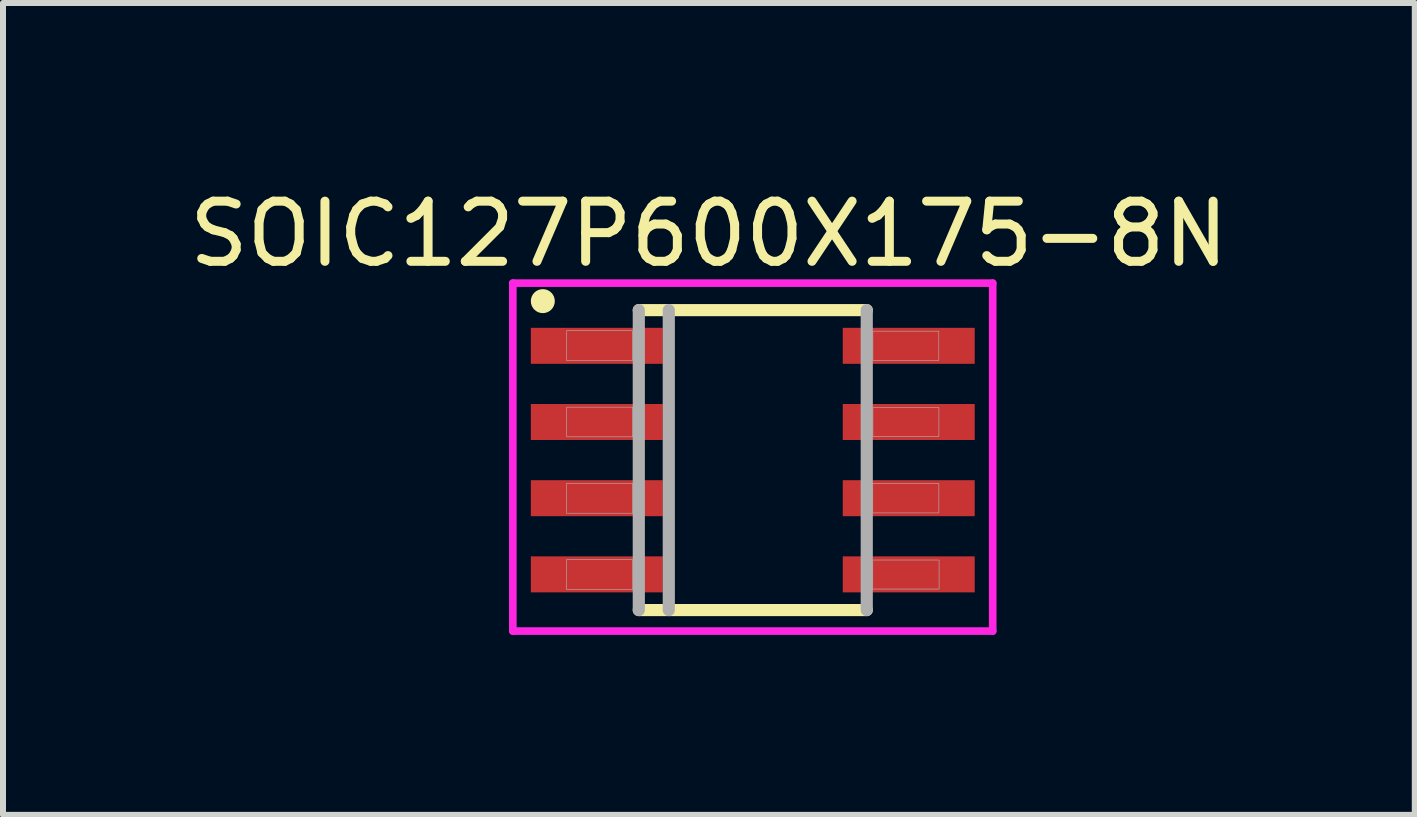
<source format=kicad_pcb>
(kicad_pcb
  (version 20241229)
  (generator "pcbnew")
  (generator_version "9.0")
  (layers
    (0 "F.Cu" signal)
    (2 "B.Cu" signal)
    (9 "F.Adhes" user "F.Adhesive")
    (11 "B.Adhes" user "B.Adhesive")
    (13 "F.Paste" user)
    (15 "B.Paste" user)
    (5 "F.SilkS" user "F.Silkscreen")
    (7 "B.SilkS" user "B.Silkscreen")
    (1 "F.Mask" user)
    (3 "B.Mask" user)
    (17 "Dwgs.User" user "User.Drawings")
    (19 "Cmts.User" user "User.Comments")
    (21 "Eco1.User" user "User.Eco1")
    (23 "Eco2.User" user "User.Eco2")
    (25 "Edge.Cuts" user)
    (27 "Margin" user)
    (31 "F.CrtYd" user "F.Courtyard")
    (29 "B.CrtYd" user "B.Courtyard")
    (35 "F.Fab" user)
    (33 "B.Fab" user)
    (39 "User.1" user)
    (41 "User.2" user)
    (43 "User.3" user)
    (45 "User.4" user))
  (footprint "SOIC127P600X175-8N"
    (layer "F.Cu")
    (at 9.499 4.62)
    (property "Reference" "SOIC127P600X175-8N" (at -0.732 -3.77 0) (layer "F.SilkS") (effects (font (size 1.003 1.003) (thickness 0.15))))
    (attr smd)
    (fp_line (start -1.9 -2.5) (end 1.9 -2.5) (stroke (width 0.203) (type solid)) (layer "F.SilkS"))
    (fp_line (start 1.9 2.5) (end -1.9 2.5) (stroke (width 0.203) (type solid)) (layer "F.SilkS"))
    (fp_circle (center -3.5 -2.65) (end -3.3 -2.65) (stroke (width 0) (type solid)) (fill yes) (layer "F.SilkS"))
    (fp_line (start -4 -2.95) (end 4 -2.95) (stroke (width 0.127) (type solid)) (layer "F.CrtYd"))
    (fp_line (start -4 2.85) (end -4 -2.95) (stroke (width 0.127) (type solid)) (layer "F.CrtYd"))
    (fp_line (start 4 -2.95) (end 4 2.85) (stroke (width 0.127) (type solid)) (layer "F.CrtYd"))
    (fp_line (start 4 2.85) (end -4 2.85) (stroke (width 0.127) (type solid)) (layer "F.CrtYd"))
    (fp_line (start -1.9 2.5) (end -1.9 -2.5) (stroke (width 0.203) (type solid)) (layer "F.Fab"))
    (fp_line (start -1.4 2.5) (end -1.4 -2.5) (stroke (width 0.203) (type solid)) (layer "F.Fab"))
    (fp_line (start 1.9 -2.5) (end 1.9 2.5) (stroke (width 0.203) (type solid)) (layer "F.Fab"))
    (fp_poly (pts (xy -2.007 -2.157) (xy -2.007 -1.658) (xy -3.102 -1.658) (xy -3.102 -2.157)) (stroke (width 0.01) (type solid)) (fill no) (layer "F.Fab"))
    (fp_poly (pts (xy -2.002 0.388) (xy -2.002 0.886) (xy -3.106 0.886) (xy -3.106 0.388)) (stroke (width 0.01) (type solid)) (fill no) (layer "F.Fab"))
    (fp_poly (pts (xy -2.002 -0.882) (xy -2.002 -0.388) (xy -3.102 -0.388) (xy -3.102 -0.882)) (stroke (width 0.01) (type solid)) (fill no) (layer "F.Fab"))
    (fp_poly (pts (xy -2 1.66) (xy -2 2.156) (xy -3.106 2.156) (xy -3.106 1.66)) (stroke (width 0.01) (type solid)) (fill no) (layer "F.Fab"))
    (fp_poly (pts (xy 3.101 -2.149) (xy 3.101 -1.662) (xy 2.002 -1.662) (xy 2.002 -2.149)) (stroke (width 0.01) (type solid)) (fill no) (layer "F.Fab"))
    (fp_poly (pts (xy 3.102 0.391) (xy 3.102 0.88) (xy 2 0.88) (xy 2 0.391)) (stroke (width 0.01) (type solid)) (fill no) (layer "F.Fab"))
    (fp_poly (pts (xy 3.103 -0.877) (xy 3.103 -0.393) (xy 2.003 -0.393) (xy 2.003 -0.877)) (stroke (width 0.01) (type solid)) (fill no) (layer "F.Fab"))
    (fp_poly (pts (xy 3.106 1.666) (xy 3.106 2.15) (xy 2 2.15) (xy 2 1.666)) (stroke (width 0.01) (type solid)) (fill no) (layer "F.Fab"))
    (pad "1" smd rect (at -2.6 -1.905) (size 2.2 0.6) (layers "F.Cu" "F.Mask" "F.Paste"))
    (pad "2" smd rect (at -2.6 -0.635) (size 2.2 0.6) (layers "F.Cu" "F.Mask" "F.Paste"))
    (pad "3" smd rect (at -2.6 0.635) (size 2.2 0.6) (layers "F.Cu" "F.Mask" "F.Paste"))
    (pad "4" smd rect (at -2.6 1.905) (size 2.2 0.6) (layers "F.Cu" "F.Mask" "F.Paste"))
    (pad "5" smd rect (at 2.6 1.905) (size 2.2 0.6) (layers "F.Cu" "F.Mask" "F.Paste"))
    (pad "6" smd rect (at 2.6 0.635) (size 2.2 0.6) (layers "F.Cu" "F.Mask" "F.Paste"))
    (pad "7" smd rect (at 2.6 -0.635) (size 2.2 0.6) (layers "F.Cu" "F.Mask" "F.Paste"))
    (pad "8" smd rect (at 2.6 -1.905) (size 2.2 0.6) (layers "F.Cu" "F.Mask" "F.Paste")))
  (gr_rect
    (start -3 -3)
    (end 20.535 10.534)
    (stroke (width 0.1) (type default))
    (fill no)
    (layer "Edge.Cuts")))
</source>
